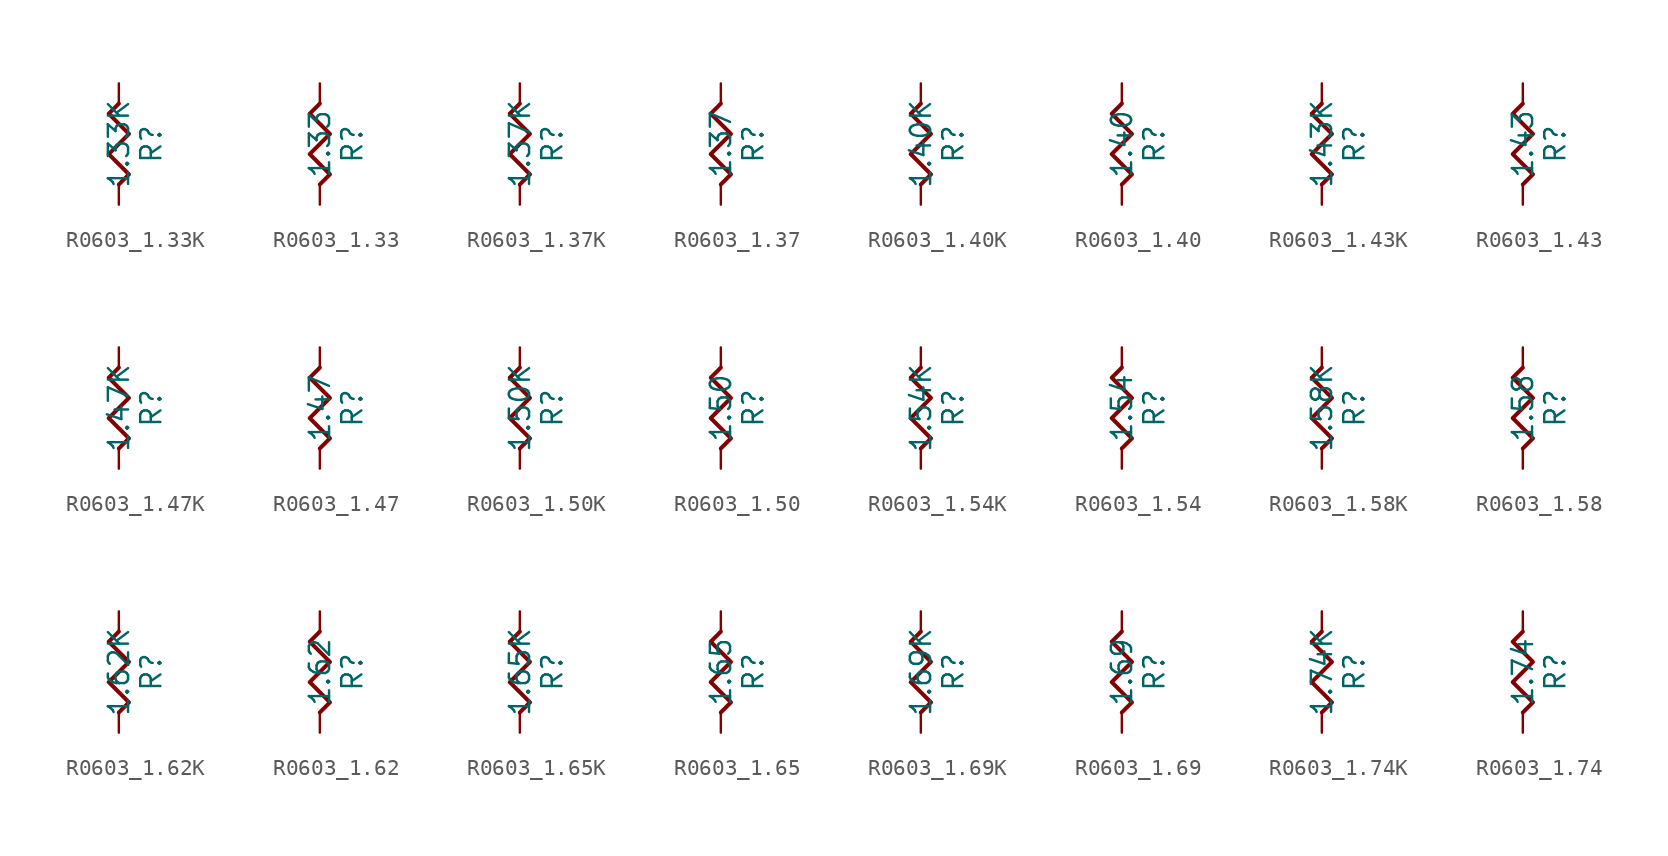
<source format=kicad_sym>
(kicad_symbol_lib
  (version 20211014)
  (generator atlantix-eda)
  (symbol "R0603_1.33K"
    (pin_numbers hide)
    (pin_names
      (offset 0))
    (property "Reference" "R"
      (at 2.032 0 90)
      (effects (font (size 1.27 1.27))))
    (property "Value" "1.33K"
      (at 0 0 90)
      (effects (font (size 1.27 1.27))))
    (symbol "R0603_1.33K_0_1"
      (polyline (pts (xy 0 -2.54) (xy 0.635 -1.905) (xy -0.635 -0.635) (xy 0.635 0.635) (xy -0.635 1.905) (xy 0 2.54)) (stroke (width 0.254) (type default) (color 0 0 0 0)) (fill (type none))))
    (symbol "R0603_1.33K_1_1"
      (pin passive line (at 0 3.81 270) (length 1.27) (name "~" (effects (font (size 1.27 1.27)))) (number "1" (effects (font (size 1.27 1.27)))))
      (pin passive line (at 0 -3.81 90) (length 1.27) (name "~" (effects (font (size 1.27 1.27)))) (number "2" (effects (font (size 1.27 1.27)))))))
  (symbol "R0603_1.33"
    (pin_numbers hide)
    (pin_names
      (offset 0))
    (property "Reference" "R"
      (at 2.032 0 90)
      (effects (font (size 1.27 1.27))))
    (property "Value" "1.33"
      (at 0 0 90)
      (effects (font (size 1.27 1.27))))
    (symbol "R0603_1.33_0_1"
      (polyline (pts (xy 0 -2.54) (xy 0.635 -1.905) (xy -0.635 -0.635) (xy 0.635 0.635) (xy -0.635 1.905) (xy 0 2.54)) (stroke (width 0.254) (type default) (color 0 0 0 0)) (fill (type none))))
    (symbol "R0603_1.33_1_1"
      (pin passive line (at 0 3.81 270) (length 1.27) (name "~" (effects (font (size 1.27 1.27)))) (number "1" (effects (font (size 1.27 1.27)))))
      (pin passive line (at 0 -3.81 90) (length 1.27) (name "~" (effects (font (size 1.27 1.27)))) (number "2" (effects (font (size 1.27 1.27)))))))
  (symbol "R0603_1.37K"
    (pin_numbers hide)
    (pin_names
      (offset 0))
    (property "Reference" "R"
      (at 2.032 0 90)
      (effects (font (size 1.27 1.27))))
    (property "Value" "1.37K"
      (at 0 0 90)
      (effects (font (size 1.27 1.27))))
    (symbol "R0603_1.37K_0_1"
      (polyline (pts (xy 0 -2.54) (xy 0.635 -1.905) (xy -0.635 -0.635) (xy 0.635 0.635) (xy -0.635 1.905) (xy 0 2.54)) (stroke (width 0.254) (type default) (color 0 0 0 0)) (fill (type none))))
    (symbol "R0603_1.37K_1_1"
      (pin passive line (at 0 3.81 270) (length 1.27) (name "~" (effects (font (size 1.27 1.27)))) (number "1" (effects (font (size 1.27 1.27)))))
      (pin passive line (at 0 -3.81 90) (length 1.27) (name "~" (effects (font (size 1.27 1.27)))) (number "2" (effects (font (size 1.27 1.27)))))))
  (symbol "R0603_1.37"
    (pin_numbers hide)
    (pin_names
      (offset 0))
    (property "Reference" "R"
      (at 2.032 0 90)
      (effects (font (size 1.27 1.27))))
    (property "Value" "1.37"
      (at 0 0 90)
      (effects (font (size 1.27 1.27))))
    (symbol "R0603_1.37_0_1"
      (polyline (pts (xy 0 -2.54) (xy 0.635 -1.905) (xy -0.635 -0.635) (xy 0.635 0.635) (xy -0.635 1.905) (xy 0 2.54)) (stroke (width 0.254) (type default) (color 0 0 0 0)) (fill (type none))))
    (symbol "R0603_1.37_1_1"
      (pin passive line (at 0 3.81 270) (length 1.27) (name "~" (effects (font (size 1.27 1.27)))) (number "1" (effects (font (size 1.27 1.27)))))
      (pin passive line (at 0 -3.81 90) (length 1.27) (name "~" (effects (font (size 1.27 1.27)))) (number "2" (effects (font (size 1.27 1.27)))))))
  (symbol "R0603_1.40K"
    (pin_numbers hide)
    (pin_names
      (offset 0))
    (property "Reference" "R"
      (at 2.032 0 90)
      (effects (font (size 1.27 1.27))))
    (property "Value" "1.40K"
      (at 0 0 90)
      (effects (font (size 1.27 1.27))))
    (symbol "R0603_1.40K_0_1"
      (polyline (pts (xy 0 -2.54) (xy 0.635 -1.905) (xy -0.635 -0.635) (xy 0.635 0.635) (xy -0.635 1.905) (xy 0 2.54)) (stroke (width 0.254) (type default) (color 0 0 0 0)) (fill (type none))))
    (symbol "R0603_1.40K_1_1"
      (pin passive line (at 0 3.81 270) (length 1.27) (name "~" (effects (font (size 1.27 1.27)))) (number "1" (effects (font (size 1.27 1.27)))))
      (pin passive line (at 0 -3.81 90) (length 1.27) (name "~" (effects (font (size 1.27 1.27)))) (number "2" (effects (font (size 1.27 1.27)))))))
  (symbol "R0603_1.40"
    (pin_numbers hide)
    (pin_names
      (offset 0))
    (property "Reference" "R"
      (at 2.032 0 90)
      (effects (font (size 1.27 1.27))))
    (property "Value" "1.40"
      (at 0 0 90)
      (effects (font (size 1.27 1.27))))
    (symbol "R0603_1.40_0_1"
      (polyline (pts (xy 0 -2.54) (xy 0.635 -1.905) (xy -0.635 -0.635) (xy 0.635 0.635) (xy -0.635 1.905) (xy 0 2.54)) (stroke (width 0.254) (type default) (color 0 0 0 0)) (fill (type none))))
    (symbol "R0603_1.40_1_1"
      (pin passive line (at 0 3.81 270) (length 1.27) (name "~" (effects (font (size 1.27 1.27)))) (number "1" (effects (font (size 1.27 1.27)))))
      (pin passive line (at 0 -3.81 90) (length 1.27) (name "~" (effects (font (size 1.27 1.27)))) (number "2" (effects (font (size 1.27 1.27)))))))
  (symbol "R0603_1.43K"
    (pin_numbers hide)
    (pin_names
      (offset 0))
    (property "Reference" "R"
      (at 2.032 0 90)
      (effects (font (size 1.27 1.27))))
    (property "Value" "1.43K"
      (at 0 0 90)
      (effects (font (size 1.27 1.27))))
    (symbol "R0603_1.43K_0_1"
      (polyline (pts (xy 0 -2.54) (xy 0.635 -1.905) (xy -0.635 -0.635) (xy 0.635 0.635) (xy -0.635 1.905) (xy 0 2.54)) (stroke (width 0.254) (type default) (color 0 0 0 0)) (fill (type none))))
    (symbol "R0603_1.43K_1_1"
      (pin passive line (at 0 3.81 270) (length 1.27) (name "~" (effects (font (size 1.27 1.27)))) (number "1" (effects (font (size 1.27 1.27)))))
      (pin passive line (at 0 -3.81 90) (length 1.27) (name "~" (effects (font (size 1.27 1.27)))) (number "2" (effects (font (size 1.27 1.27)))))))
  (symbol "R0603_1.43"
    (pin_numbers hide)
    (pin_names
      (offset 0))
    (property "Reference" "R"
      (at 2.032 0 90)
      (effects (font (size 1.27 1.27))))
    (property "Value" "1.43"
      (at 0 0 90)
      (effects (font (size 1.27 1.27))))
    (symbol "R0603_1.43_0_1"
      (polyline (pts (xy 0 -2.54) (xy 0.635 -1.905) (xy -0.635 -0.635) (xy 0.635 0.635) (xy -0.635 1.905) (xy 0 2.54)) (stroke (width 0.254) (type default) (color 0 0 0 0)) (fill (type none))))
    (symbol "R0603_1.43_1_1"
      (pin passive line (at 0 3.81 270) (length 1.27) (name "~" (effects (font (size 1.27 1.27)))) (number "1" (effects (font (size 1.27 1.27)))))
      (pin passive line (at 0 -3.81 90) (length 1.27) (name "~" (effects (font (size 1.27 1.27)))) (number "2" (effects (font (size 1.27 1.27)))))))
  (symbol "R0603_1.47K"
    (pin_numbers hide)
    (pin_names
      (offset 0))
    (property "Reference" "R"
      (at 2.032 0 90)
      (effects (font (size 1.27 1.27))))
    (property "Value" "1.47K"
      (at 0 0 90)
      (effects (font (size 1.27 1.27))))
    (symbol "R0603_1.47K_0_1"
      (polyline (pts (xy 0 -2.54) (xy 0.635 -1.905) (xy -0.635 -0.635) (xy 0.635 0.635) (xy -0.635 1.905) (xy 0 2.54)) (stroke (width 0.254) (type default) (color 0 0 0 0)) (fill (type none))))
    (symbol "R0603_1.47K_1_1"
      (pin passive line (at 0 3.81 270) (length 1.27) (name "~" (effects (font (size 1.27 1.27)))) (number "1" (effects (font (size 1.27 1.27)))))
      (pin passive line (at 0 -3.81 90) (length 1.27) (name "~" (effects (font (size 1.27 1.27)))) (number "2" (effects (font (size 1.27 1.27)))))))
  (symbol "R0603_1.47"
    (pin_numbers hide)
    (pin_names
      (offset 0))
    (property "Reference" "R"
      (at 2.032 0 90)
      (effects (font (size 1.27 1.27))))
    (property "Value" "1.47"
      (at 0 0 90)
      (effects (font (size 1.27 1.27))))
    (symbol "R0603_1.47_0_1"
      (polyline (pts (xy 0 -2.54) (xy 0.635 -1.905) (xy -0.635 -0.635) (xy 0.635 0.635) (xy -0.635 1.905) (xy 0 2.54)) (stroke (width 0.254) (type default) (color 0 0 0 0)) (fill (type none))))
    (symbol "R0603_1.47_1_1"
      (pin passive line (at 0 3.81 270) (length 1.27) (name "~" (effects (font (size 1.27 1.27)))) (number "1" (effects (font (size 1.27 1.27)))))
      (pin passive line (at 0 -3.81 90) (length 1.27) (name "~" (effects (font (size 1.27 1.27)))) (number "2" (effects (font (size 1.27 1.27)))))))
  (symbol "R0603_1.50K"
    (pin_numbers hide)
    (pin_names
      (offset 0))
    (property "Reference" "R"
      (at 2.032 0 90)
      (effects (font (size 1.27 1.27))))
    (property "Value" "1.50K"
      (at 0 0 90)
      (effects (font (size 1.27 1.27))))
    (symbol "R0603_1.50K_0_1"
      (polyline (pts (xy 0 -2.54) (xy 0.635 -1.905) (xy -0.635 -0.635) (xy 0.635 0.635) (xy -0.635 1.905) (xy 0 2.54)) (stroke (width 0.254) (type default) (color 0 0 0 0)) (fill (type none))))
    (symbol "R0603_1.50K_1_1"
      (pin passive line (at 0 3.81 270) (length 1.27) (name "~" (effects (font (size 1.27 1.27)))) (number "1" (effects (font (size 1.27 1.27)))))
      (pin passive line (at 0 -3.81 90) (length 1.27) (name "~" (effects (font (size 1.27 1.27)))) (number "2" (effects (font (size 1.27 1.27)))))))
  (symbol "R0603_1.50"
    (pin_numbers hide)
    (pin_names
      (offset 0))
    (property "Reference" "R"
      (at 2.032 0 90)
      (effects (font (size 1.27 1.27))))
    (property "Value" "1.50"
      (at 0 0 90)
      (effects (font (size 1.27 1.27))))
    (symbol "R0603_1.50_0_1"
      (polyline (pts (xy 0 -2.54) (xy 0.635 -1.905) (xy -0.635 -0.635) (xy 0.635 0.635) (xy -0.635 1.905) (xy 0 2.54)) (stroke (width 0.254) (type default) (color 0 0 0 0)) (fill (type none))))
    (symbol "R0603_1.50_1_1"
      (pin passive line (at 0 3.81 270) (length 1.27) (name "~" (effects (font (size 1.27 1.27)))) (number "1" (effects (font (size 1.27 1.27)))))
      (pin passive line (at 0 -3.81 90) (length 1.27) (name "~" (effects (font (size 1.27 1.27)))) (number "2" (effects (font (size 1.27 1.27)))))))
  (symbol "R0603_1.54K"
    (pin_numbers hide)
    (pin_names
      (offset 0))
    (property "Reference" "R"
      (at 2.032 0 90)
      (effects (font (size 1.27 1.27))))
    (property "Value" "1.54K"
      (at 0 0 90)
      (effects (font (size 1.27 1.27))))
    (symbol "R0603_1.54K_0_1"
      (polyline (pts (xy 0 -2.54) (xy 0.635 -1.905) (xy -0.635 -0.635) (xy 0.635 0.635) (xy -0.635 1.905) (xy 0 2.54)) (stroke (width 0.254) (type default) (color 0 0 0 0)) (fill (type none))))
    (symbol "R0603_1.54K_1_1"
      (pin passive line (at 0 3.81 270) (length 1.27) (name "~" (effects (font (size 1.27 1.27)))) (number "1" (effects (font (size 1.27 1.27)))))
      (pin passive line (at 0 -3.81 90) (length 1.27) (name "~" (effects (font (size 1.27 1.27)))) (number "2" (effects (font (size 1.27 1.27)))))))
  (symbol "R0603_1.54"
    (pin_numbers hide)
    (pin_names
      (offset 0))
    (property "Reference" "R"
      (at 2.032 0 90)
      (effects (font (size 1.27 1.27))))
    (property "Value" "1.54"
      (at 0 0 90)
      (effects (font (size 1.27 1.27))))
    (symbol "R0603_1.54_0_1"
      (polyline (pts (xy 0 -2.54) (xy 0.635 -1.905) (xy -0.635 -0.635) (xy 0.635 0.635) (xy -0.635 1.905) (xy 0 2.54)) (stroke (width 0.254) (type default) (color 0 0 0 0)) (fill (type none))))
    (symbol "R0603_1.54_1_1"
      (pin passive line (at 0 3.81 270) (length 1.27) (name "~" (effects (font (size 1.27 1.27)))) (number "1" (effects (font (size 1.27 1.27)))))
      (pin passive line (at 0 -3.81 90) (length 1.27) (name "~" (effects (font (size 1.27 1.27)))) (number "2" (effects (font (size 1.27 1.27)))))))
  (symbol "R0603_1.58K"
    (pin_numbers hide)
    (pin_names
      (offset 0))
    (property "Reference" "R"
      (at 2.032 0 90)
      (effects (font (size 1.27 1.27))))
    (property "Value" "1.58K"
      (at 0 0 90)
      (effects (font (size 1.27 1.27))))
    (symbol "R0603_1.58K_0_1"
      (polyline (pts (xy 0 -2.54) (xy 0.635 -1.905) (xy -0.635 -0.635) (xy 0.635 0.635) (xy -0.635 1.905) (xy 0 2.54)) (stroke (width 0.254) (type default) (color 0 0 0 0)) (fill (type none))))
    (symbol "R0603_1.58K_1_1"
      (pin passive line (at 0 3.81 270) (length 1.27) (name "~" (effects (font (size 1.27 1.27)))) (number "1" (effects (font (size 1.27 1.27)))))
      (pin passive line (at 0 -3.81 90) (length 1.27) (name "~" (effects (font (size 1.27 1.27)))) (number "2" (effects (font (size 1.27 1.27)))))))
  (symbol "R0603_1.58"
    (pin_numbers hide)
    (pin_names
      (offset 0))
    (property "Reference" "R"
      (at 2.032 0 90)
      (effects (font (size 1.27 1.27))))
    (property "Value" "1.58"
      (at 0 0 90)
      (effects (font (size 1.27 1.27))))
    (symbol "R0603_1.58_0_1"
      (polyline (pts (xy 0 -2.54) (xy 0.635 -1.905) (xy -0.635 -0.635) (xy 0.635 0.635) (xy -0.635 1.905) (xy 0 2.54)) (stroke (width 0.254) (type default) (color 0 0 0 0)) (fill (type none))))
    (symbol "R0603_1.58_1_1"
      (pin passive line (at 0 3.81 270) (length 1.27) (name "~" (effects (font (size 1.27 1.27)))) (number "1" (effects (font (size 1.27 1.27)))))
      (pin passive line (at 0 -3.81 90) (length 1.27) (name "~" (effects (font (size 1.27 1.27)))) (number "2" (effects (font (size 1.27 1.27)))))))
  (symbol "R0603_1.62K"
    (pin_numbers hide)
    (pin_names
      (offset 0))
    (property "Reference" "R"
      (at 2.032 0 90)
      (effects (font (size 1.27 1.27))))
    (property "Value" "1.62K"
      (at 0 0 90)
      (effects (font (size 1.27 1.27))))
    (symbol "R0603_1.62K_0_1"
      (polyline (pts (xy 0 -2.54) (xy 0.635 -1.905) (xy -0.635 -0.635) (xy 0.635 0.635) (xy -0.635 1.905) (xy 0 2.54)) (stroke (width 0.254) (type default) (color 0 0 0 0)) (fill (type none))))
    (symbol "R0603_1.62K_1_1"
      (pin passive line (at 0 3.81 270) (length 1.27) (name "~" (effects (font (size 1.27 1.27)))) (number "1" (effects (font (size 1.27 1.27)))))
      (pin passive line (at 0 -3.81 90) (length 1.27) (name "~" (effects (font (size 1.27 1.27)))) (number "2" (effects (font (size 1.27 1.27)))))))
  (symbol "R0603_1.62"
    (pin_numbers hide)
    (pin_names
      (offset 0))
    (property "Reference" "R"
      (at 2.032 0 90)
      (effects (font (size 1.27 1.27))))
    (property "Value" "1.62"
      (at 0 0 90)
      (effects (font (size 1.27 1.27))))
    (symbol "R0603_1.62_0_1"
      (polyline (pts (xy 0 -2.54) (xy 0.635 -1.905) (xy -0.635 -0.635) (xy 0.635 0.635) (xy -0.635 1.905) (xy 0 2.54)) (stroke (width 0.254) (type default) (color 0 0 0 0)) (fill (type none))))
    (symbol "R0603_1.62_1_1"
      (pin passive line (at 0 3.81 270) (length 1.27) (name "~" (effects (font (size 1.27 1.27)))) (number "1" (effects (font (size 1.27 1.27)))))
      (pin passive line (at 0 -3.81 90) (length 1.27) (name "~" (effects (font (size 1.27 1.27)))) (number "2" (effects (font (size 1.27 1.27)))))))
  (symbol "R0603_1.65K"
    (pin_numbers hide)
    (pin_names
      (offset 0))
    (property "Reference" "R"
      (at 2.032 0 90)
      (effects (font (size 1.27 1.27))))
    (property "Value" "1.65K"
      (at 0 0 90)
      (effects (font (size 1.27 1.27))))
    (symbol "R0603_1.65K_0_1"
      (polyline (pts (xy 0 -2.54) (xy 0.635 -1.905) (xy -0.635 -0.635) (xy 0.635 0.635) (xy -0.635 1.905) (xy 0 2.54)) (stroke (width 0.254) (type default) (color 0 0 0 0)) (fill (type none))))
    (symbol "R0603_1.65K_1_1"
      (pin passive line (at 0 3.81 270) (length 1.27) (name "~" (effects (font (size 1.27 1.27)))) (number "1" (effects (font (size 1.27 1.27)))))
      (pin passive line (at 0 -3.81 90) (length 1.27) (name "~" (effects (font (size 1.27 1.27)))) (number "2" (effects (font (size 1.27 1.27)))))))
  (symbol "R0603_1.65"
    (pin_numbers hide)
    (pin_names
      (offset 0))
    (property "Reference" "R"
      (at 2.032 0 90)
      (effects (font (size 1.27 1.27))))
    (property "Value" "1.65"
      (at 0 0 90)
      (effects (font (size 1.27 1.27))))
    (symbol "R0603_1.65_0_1"
      (polyline (pts (xy 0 -2.54) (xy 0.635 -1.905) (xy -0.635 -0.635) (xy 0.635 0.635) (xy -0.635 1.905) (xy 0 2.54)) (stroke (width 0.254) (type default) (color 0 0 0 0)) (fill (type none))))
    (symbol "R0603_1.65_1_1"
      (pin passive line (at 0 3.81 270) (length 1.27) (name "~" (effects (font (size 1.27 1.27)))) (number "1" (effects (font (size 1.27 1.27)))))
      (pin passive line (at 0 -3.81 90) (length 1.27) (name "~" (effects (font (size 1.27 1.27)))) (number "2" (effects (font (size 1.27 1.27)))))))
  (symbol "R0603_1.69K"
    (pin_numbers hide)
    (pin_names
      (offset 0))
    (property "Reference" "R"
      (at 2.032 0 90)
      (effects (font (size 1.27 1.27))))
    (property "Value" "1.69K"
      (at 0 0 90)
      (effects (font (size 1.27 1.27))))
    (symbol "R0603_1.69K_0_1"
      (polyline (pts (xy 0 -2.54) (xy 0.635 -1.905) (xy -0.635 -0.635) (xy 0.635 0.635) (xy -0.635 1.905) (xy 0 2.54)) (stroke (width 0.254) (type default) (color 0 0 0 0)) (fill (type none))))
    (symbol "R0603_1.69K_1_1"
      (pin passive line (at 0 3.81 270) (length 1.27) (name "~" (effects (font (size 1.27 1.27)))) (number "1" (effects (font (size 1.27 1.27)))))
      (pin passive line (at 0 -3.81 90) (length 1.27) (name "~" (effects (font (size 1.27 1.27)))) (number "2" (effects (font (size 1.27 1.27)))))))
  (symbol "R0603_1.69"
    (pin_numbers hide)
    (pin_names
      (offset 0))
    (property "Reference" "R"
      (at 2.032 0 90)
      (effects (font (size 1.27 1.27))))
    (property "Value" "1.69"
      (at 0 0 90)
      (effects (font (size 1.27 1.27))))
    (symbol "R0603_1.69_0_1"
      (polyline (pts (xy 0 -2.54) (xy 0.635 -1.905) (xy -0.635 -0.635) (xy 0.635 0.635) (xy -0.635 1.905) (xy 0 2.54)) (stroke (width 0.254) (type default) (color 0 0 0 0)) (fill (type none))))
    (symbol "R0603_1.69_1_1"
      (pin passive line (at 0 3.81 270) (length 1.27) (name "~" (effects (font (size 1.27 1.27)))) (number "1" (effects (font (size 1.27 1.27)))))
      (pin passive line (at 0 -3.81 90) (length 1.27) (name "~" (effects (font (size 1.27 1.27)))) (number "2" (effects (font (size 1.27 1.27)))))))
  (symbol "R0603_1.74K"
    (pin_numbers hide)
    (pin_names
      (offset 0))
    (property "Reference" "R"
      (at 2.032 0 90)
      (effects (font (size 1.27 1.27))))
    (property "Value" "1.74K"
      (at 0 0 90)
      (effects (font (size 1.27 1.27))))
    (symbol "R0603_1.74K_0_1"
      (polyline (pts (xy 0 -2.54) (xy 0.635 -1.905) (xy -0.635 -0.635) (xy 0.635 0.635) (xy -0.635 1.905) (xy 0 2.54)) (stroke (width 0.254) (type default) (color 0 0 0 0)) (fill (type none))))
    (symbol "R0603_1.74K_1_1"
      (pin passive line (at 0 3.81 270) (length 1.27) (name "~" (effects (font (size 1.27 1.27)))) (number "1" (effects (font (size 1.27 1.27)))))
      (pin passive line (at 0 -3.81 90) (length 1.27) (name "~" (effects (font (size 1.27 1.27)))) (number "2" (effects (font (size 1.27 1.27)))))))
  (symbol "R0603_1.74"
    (pin_numbers hide)
    (pin_names
      (offset 0))
    (property "Reference" "R"
      (at 2.032 0 90)
      (effects (font (size 1.27 1.27))))
    (property "Value" "1.74"
      (at 0 0 90)
      (effects (font (size 1.27 1.27))))
    (symbol "R0603_1.74_0_1"
      (polyline (pts (xy 0 -2.54) (xy 0.635 -1.905) (xy -0.635 -0.635) (xy 0.635 0.635) (xy -0.635 1.905) (xy 0 2.54)) (stroke (width 0.254) (type default) (color 0 0 0 0)) (fill (type none))))
    (symbol "R0603_1.74_1_1"
      (pin passive line (at 0 3.81 270) (length 1.27) (name "~" (effects (font (size 1.27 1.27)))) (number "1" (effects (font (size 1.27 1.27)))))
      (pin passive line (at 0 -3.81 90) (length 1.27) (name "~" (effects (font (size 1.27 1.27)))) (number "2" (effects (font (size 1.27 1.27))))))))
</source>
